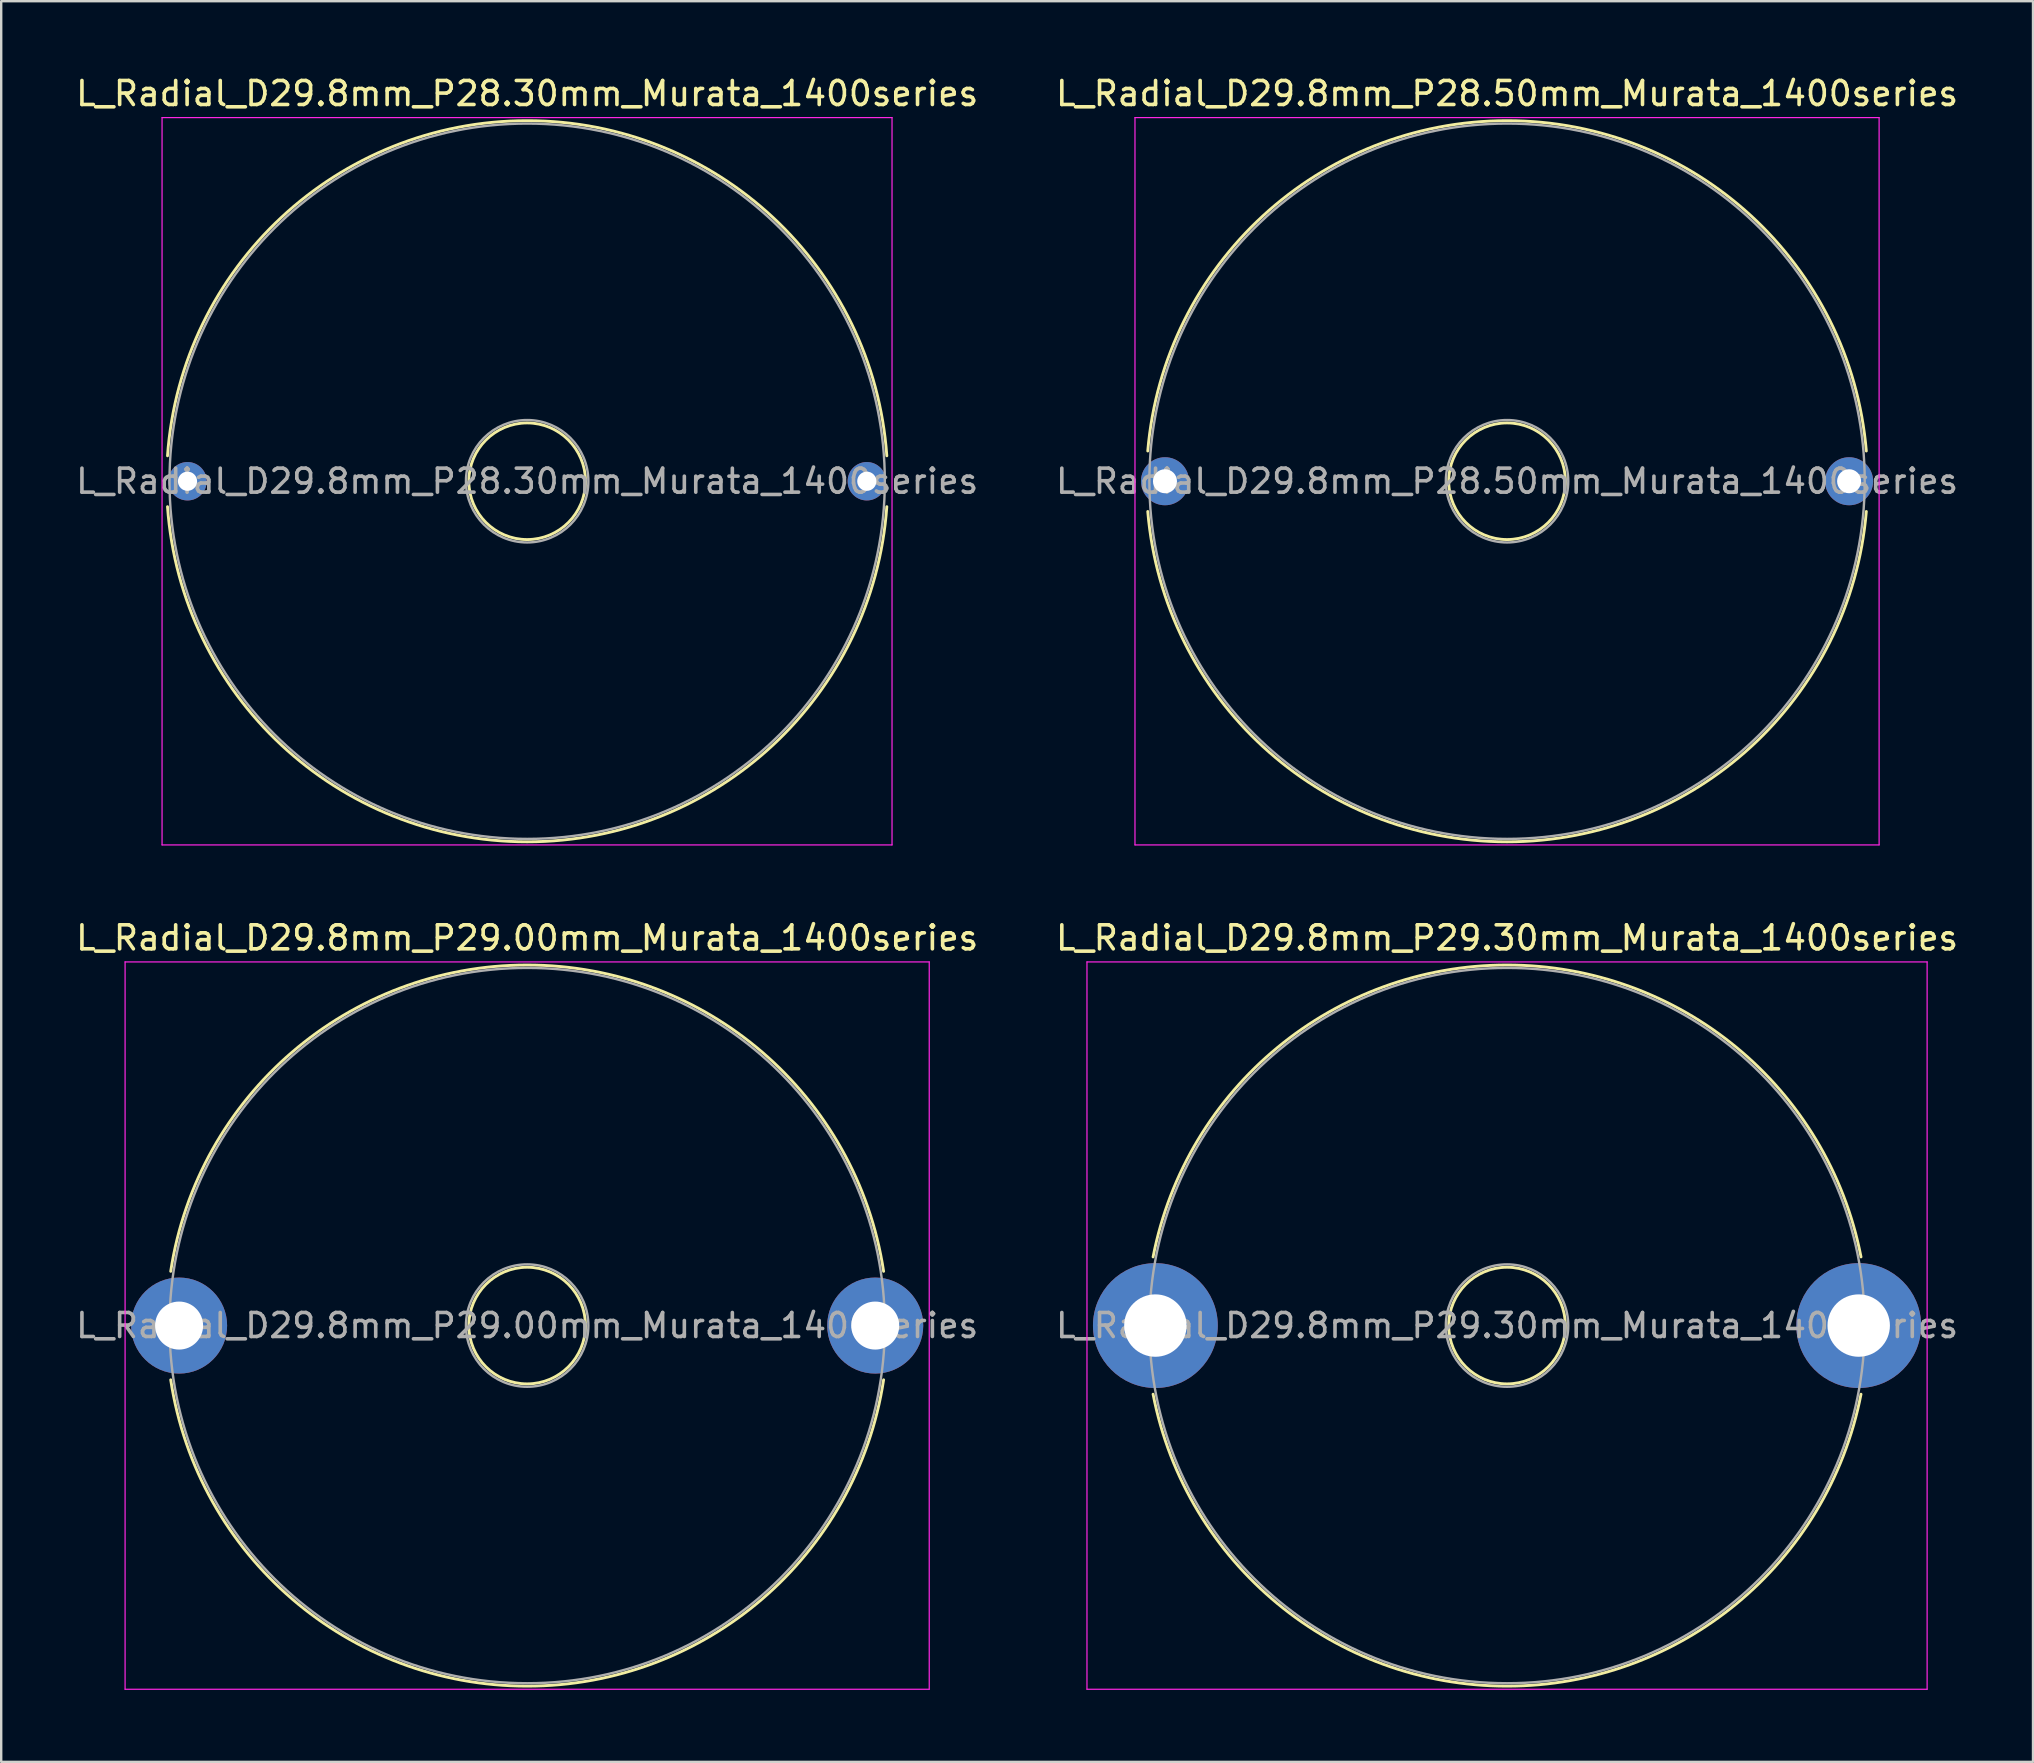
<source format=kicad_pcb>
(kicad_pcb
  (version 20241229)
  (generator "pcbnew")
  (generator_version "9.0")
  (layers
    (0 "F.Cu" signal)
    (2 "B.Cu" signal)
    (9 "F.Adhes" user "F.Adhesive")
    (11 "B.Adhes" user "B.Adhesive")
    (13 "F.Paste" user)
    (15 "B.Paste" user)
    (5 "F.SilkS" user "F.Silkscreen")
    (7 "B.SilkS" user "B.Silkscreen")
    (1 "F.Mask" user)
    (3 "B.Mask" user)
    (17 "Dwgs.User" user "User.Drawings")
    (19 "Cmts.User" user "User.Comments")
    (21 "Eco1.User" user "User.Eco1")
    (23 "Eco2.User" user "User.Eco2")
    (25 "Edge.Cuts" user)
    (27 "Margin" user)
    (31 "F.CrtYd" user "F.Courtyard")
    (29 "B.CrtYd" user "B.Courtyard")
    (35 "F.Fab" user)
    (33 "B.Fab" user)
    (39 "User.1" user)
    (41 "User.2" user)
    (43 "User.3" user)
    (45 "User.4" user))
  (footprint "L_Radial_D29.8mm_P29.00mm_Murata_1400series"
    (layer "F.Cu")
    (at 4.411 52.172)
    (property "Reference" "L_Radial_D29.8mm_P29.00mm_Murata_1400series" (at 14.5 -16.15 0) (layer "F.SilkS") (effects (font (size 1 1) (thickness 0.15))))
    (attr through_hole)
    (fp_arc (start -0.349 -2.26) (mid 14.5 -15.02) (end 29.349 -2.26) (stroke (width 0.12) (type solid)) (layer "F.SilkS"))
    (fp_arc (start 29.349 2.26) (mid 14.5 15.02) (end -0.349 2.26) (stroke (width 0.12) (type solid)) (layer "F.SilkS"))
    (fp_circle (center 14.5 0) (end 16.93 0) (stroke (width 0.12) (type solid)) (fill no) (layer "F.SilkS"))
    (fp_line (start -2.25 -15.15) (end -2.25 15.15) (stroke (width 0.05) (type solid)) (layer "F.CrtYd"))
    (fp_line (start -2.25 15.15) (end 31.25 15.15) (stroke (width 0.05) (type solid)) (layer "F.CrtYd"))
    (fp_line (start 31.25 -15.15) (end -2.25 -15.15) (stroke (width 0.05) (type solid)) (layer "F.CrtYd"))
    (fp_line (start 31.25 15.15) (end 31.25 -15.15) (stroke (width 0.05) (type solid)) (layer "F.CrtYd"))
    (fp_circle (center 14.5 0) (end 17.05 0) (stroke (width 0.1) (type solid)) (fill no) (layer "F.Fab"))
    (fp_circle (center 14.5 0) (end 29.4 0) (stroke (width 0.1) (type solid)) (fill no) (layer "F.Fab"))
    (fp_text user "${REFERENCE}" (at 14.5 0 0) (layer "F.Fab") (effects (font (size 1 1) (thickness 0.15))))
    (pad "1" thru_hole circle (at 0 0) (size 4 4) (drill 2) (layers "*.Cu" "*.Mask"))
    (pad "2" thru_hole circle (at 29 0) (size 4 4) (drill 2) (layers "*.Cu" "*.Mask")))
  (footprint "L_Radial_D29.8mm_P29.30mm_Murata_1400series"
    (layer "F.Cu")
    (at 45.082 52.172)
    (property "Reference" "L_Radial_D29.8mm_P29.30mm_Murata_1400series" (at 14.65 -16.15 0) (layer "F.SilkS") (effects (font (size 1 1) (thickness 0.15))))
    (attr through_hole)
    (fp_arc (start -0.095196 -2.86) (mid 14.65 -15.02) (end 29.395196 -2.86) (stroke (width 0.12) (type solid)) (layer "F.SilkS"))
    (fp_arc (start 29.395196 2.86) (mid 14.65 15.02) (end -0.095196 2.86) (stroke (width 0.12) (type solid)) (layer "F.SilkS"))
    (fp_circle (center 14.65 0) (end 17.08 0) (stroke (width 0.12) (type solid)) (fill no) (layer "F.SilkS"))
    (fp_line (start -2.85 -15.15) (end -2.85 15.15) (stroke (width 0.05) (type solid)) (layer "F.CrtYd"))
    (fp_line (start -2.85 15.15) (end 32.15 15.15) (stroke (width 0.05) (type solid)) (layer "F.CrtYd"))
    (fp_line (start 32.15 -15.15) (end -2.85 -15.15) (stroke (width 0.05) (type solid)) (layer "F.CrtYd"))
    (fp_line (start 32.15 15.15) (end 32.15 -15.15) (stroke (width 0.05) (type solid)) (layer "F.CrtYd"))
    (fp_circle (center 14.65 0) (end 17.2 0) (stroke (width 0.1) (type solid)) (fill no) (layer "F.Fab"))
    (fp_circle (center 14.65 0) (end 29.55 0) (stroke (width 0.1) (type solid)) (fill no) (layer "F.Fab"))
    (fp_text user "${REFERENCE}" (at 14.65 0 0) (layer "F.Fab") (effects (font (size 1 1) (thickness 0.15))))
    (pad "1" thru_hole circle (at 0 0) (size 5.2 5.2) (drill 2.6) (layers "*.Cu" "*.Mask"))
    (pad "2" thru_hole circle (at 29.3 0) (size 5.2 5.2) (drill 2.6) (layers "*.Cu" "*.Mask")))
  (footprint "L_Radial_D29.8mm_P28.50mm_Murata_1400series"
    (layer "F.Cu")
    (at 45.482 16.998)
    (property "Reference" "L_Radial_D29.8mm_P28.50mm_Murata_1400series" (at 14.25 -16.15 0) (layer "F.SilkS") (effects (font (size 1 1) (thickness 0.15))))
    (attr through_hole)
    (fp_arc (start -0.717057 -1.26) (mid 14.25 -15.02) (end 29.217057 -1.26) (stroke (width 0.12) (type solid)) (layer "F.SilkS"))
    (fp_arc (start 29.217057 1.26) (mid 14.25 15.02) (end -0.717057 1.26) (stroke (width 0.12) (type solid)) (layer "F.SilkS"))
    (fp_circle (center 14.25 0) (end 16.68 0) (stroke (width 0.12) (type solid)) (fill no) (layer "F.SilkS"))
    (fp_line (start -1.25 -15.15) (end -1.25 15.15) (stroke (width 0.05) (type solid)) (layer "F.CrtYd"))
    (fp_line (start -1.25 15.15) (end 29.75 15.15) (stroke (width 0.05) (type solid)) (layer "F.CrtYd"))
    (fp_line (start 29.75 -15.15) (end -1.25 -15.15) (stroke (width 0.05) (type solid)) (layer "F.CrtYd"))
    (fp_line (start 29.75 15.15) (end 29.75 -15.15) (stroke (width 0.05) (type solid)) (layer "F.CrtYd"))
    (fp_circle (center 14.25 0) (end 16.8 0) (stroke (width 0.1) (type solid)) (fill no) (layer "F.Fab"))
    (fp_circle (center 14.25 0) (end 29.15 0) (stroke (width 0.1) (type solid)) (fill no) (layer "F.Fab"))
    (fp_text user "${REFERENCE}" (at 14.25 0 0) (layer "F.Fab") (effects (font (size 1 1) (thickness 0.15))))
    (pad "1" thru_hole circle (at 0 0) (size 2 2) (drill 1) (layers "*.Cu" "*.Mask"))
    (pad "2" thru_hole circle (at 28.5 0) (size 2 2) (drill 1) (layers "*.Cu" "*.Mask")))
  (footprint "L_Radial_D29.8mm_P28.30mm_Murata_1400series"
    (layer "F.Cu")
    (at 4.761 16.998)
    (property "Reference" "L_Radial_D29.8mm_P28.30mm_Murata_1400series" (at 14.15 -16.15 0) (layer "F.SilkS") (effects (font (size 1 1) (thickness 0.15))))
    (attr through_hole)
    (fp_arc (start -0.83255 -1.06) (mid 14.15 -15.02) (end 29.13255 -1.06) (stroke (width 0.12) (type solid)) (layer "F.SilkS"))
    (fp_arc (start 29.13255 1.06) (mid 14.15 15.02) (end -0.83255 1.06) (stroke (width 0.12) (type solid)) (layer "F.SilkS"))
    (fp_circle (center 14.15 0) (end 16.58 0) (stroke (width 0.12) (type solid)) (fill no) (layer "F.SilkS"))
    (fp_line (start -1.06 -15.15) (end -1.06 15.15) (stroke (width 0.05) (type solid)) (layer "F.CrtYd"))
    (fp_line (start -1.06 15.15) (end 29.35 15.15) (stroke (width 0.05) (type solid)) (layer "F.CrtYd"))
    (fp_line (start 29.35 -15.15) (end -1.06 -15.15) (stroke (width 0.05) (type solid)) (layer "F.CrtYd"))
    (fp_line (start 29.35 15.15) (end 29.35 -15.15) (stroke (width 0.05) (type solid)) (layer "F.CrtYd"))
    (fp_circle (center 14.15 0) (end 16.7 0) (stroke (width 0.1) (type solid)) (fill no) (layer "F.Fab"))
    (fp_circle (center 14.15 0) (end 29.05 0) (stroke (width 0.1) (type solid)) (fill no) (layer "F.Fab"))
    (fp_text user "${REFERENCE}" (at 14.15 0 0) (layer "F.Fab") (effects (font (size 1 1) (thickness 0.15))))
    (pad "1" thru_hole circle (at 0 0) (size 1.6 1.6) (drill 0.8) (layers "*.Cu" "*.Mask"))
    (pad "2" thru_hole circle (at 28.3 0) (size 1.6 1.6) (drill 0.8) (layers "*.Cu" "*.Mask")))
  (gr_rect
    (start -3 -3)
    (end 81.643 70.347)
    (stroke (width 0.1) (type default))
    (fill no)
    (layer "Edge.Cuts")))
</source>
